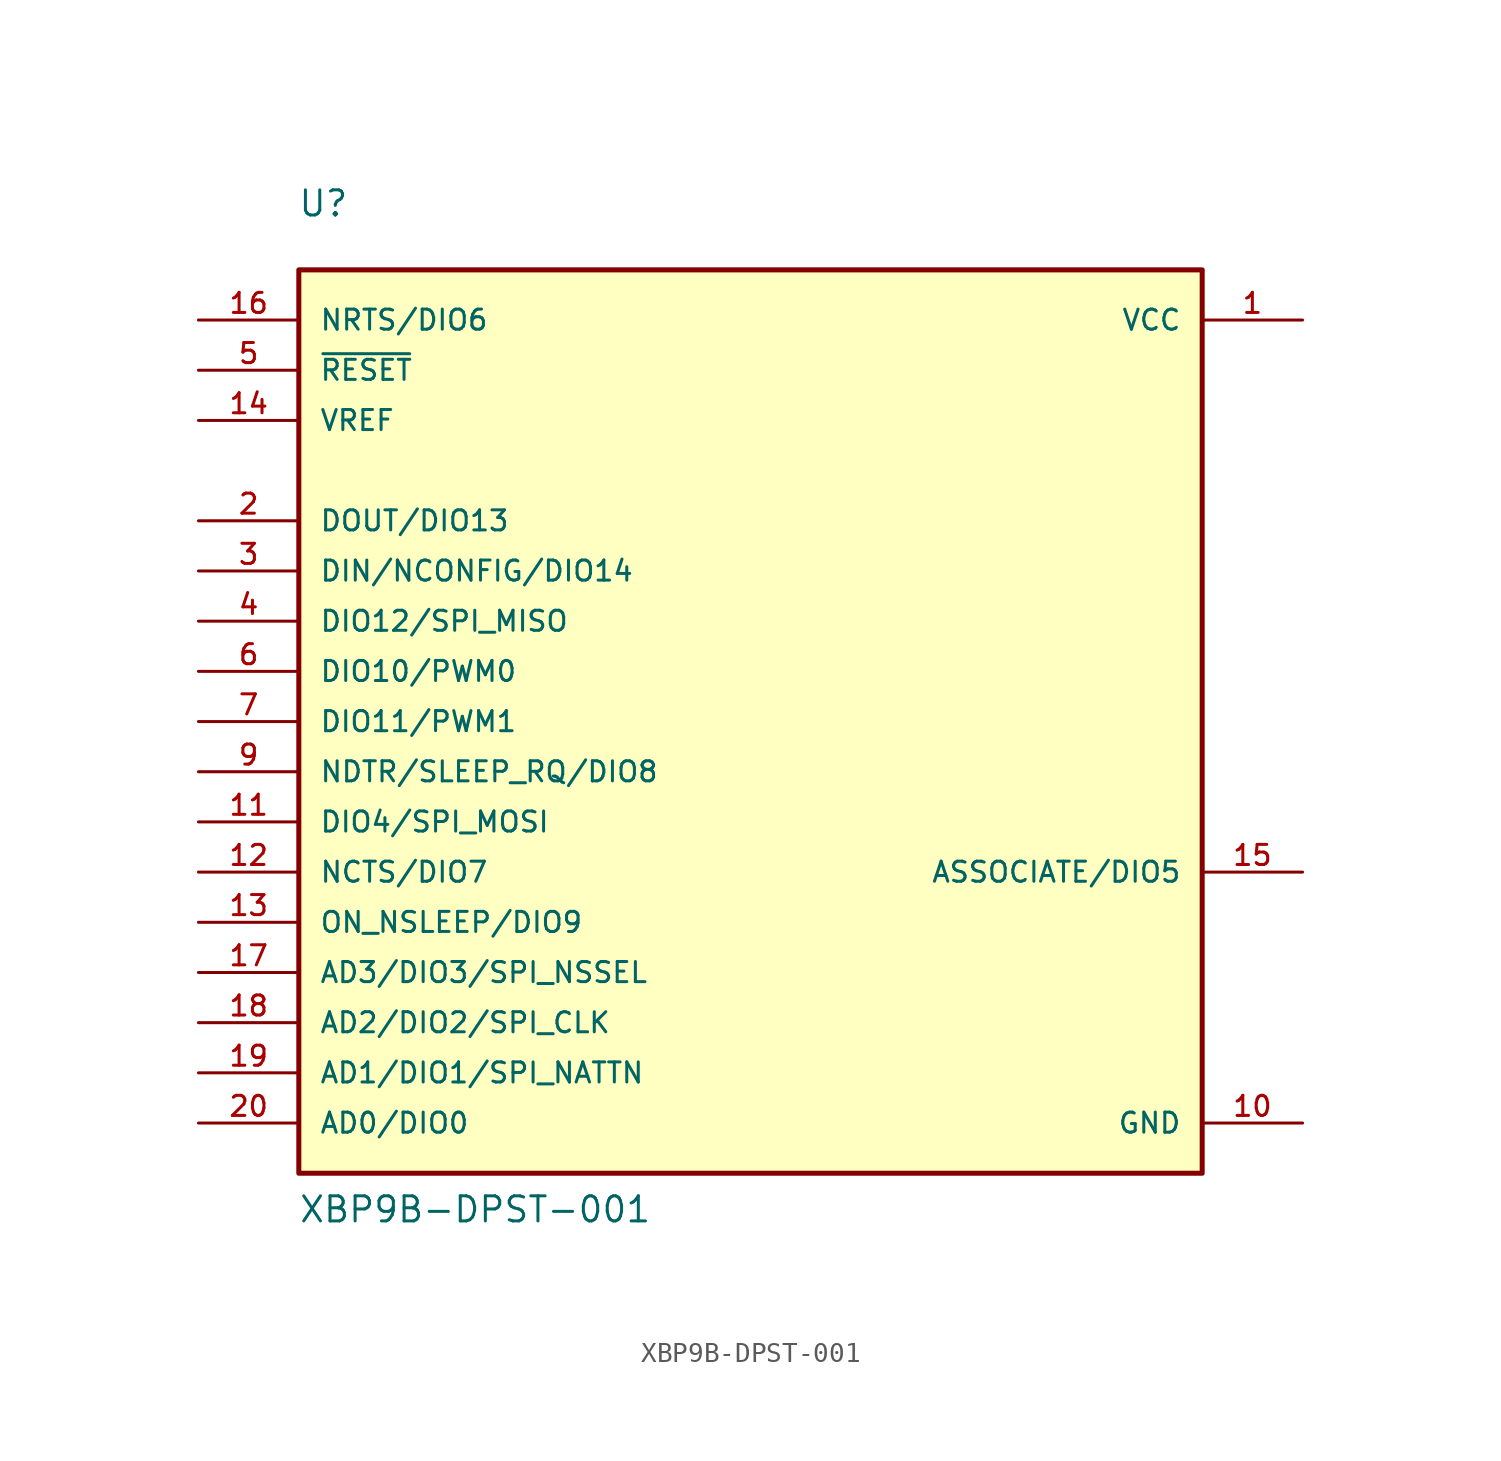
<source format=kicad_sym>
(kicad_symbol_lib
  (version 20211014)
  (generator kicad_symbol_editor)
  (symbol "XBP9B-DPST-001"
    (pin_names
      (offset 1.016))
    (property "Reference" "U"
      (at -22.928 25.476 0)
      (effects (font (size 1.27 1.27)) (justify bottom left)))
    (property "Value" "XBP9B-DPST-001"
      (at -22.893 -25.437 0)
      (effects (font (size 1.27 1.27)) (justify bottom left)))
    (symbol "XBP9B-DPST-001_0_0"
      (rectangle (start -22.86 -22.86) (end 22.86 22.86) (stroke (width 0.254)) (fill (type background)))
      (pin power_in line (at 27.94 20.32 180.0) (length 5.08) (name "VCC" (effects (font (size 1.016 1.016)))) (number "1" (effects (font (size 1.016 1.016)))))
      (pin bidirectional line (at -27.94 10.16 0) (length 5.08) (name "DOUT/DIO13" (effects (font (size 1.016 1.016)))) (number "2" (effects (font (size 1.016 1.016)))))
      (pin bidirectional line (at -27.94 7.62 0) (length 5.08) (name "DIN/NCONFIG/DIO14" (effects (font (size 1.016 1.016)))) (number "3" (effects (font (size 1.016 1.016)))))
      (pin bidirectional line (at -27.94 5.08 0) (length 5.08) (name "DIO12/SPI_MISO" (effects (font (size 1.016 1.016)))) (number "4" (effects (font (size 1.016 1.016)))))
      (pin input line (at -27.94 17.78 0) (length 5.08) (name "~{RESET}" (effects (font (size 1.016 1.016)))) (number "5" (effects (font (size 1.016 1.016)))))
      (pin bidirectional line (at -27.94 2.54 0) (length 5.08) (name "DIO10/PWM0" (effects (font (size 1.016 1.016)))) (number "6" (effects (font (size 1.016 1.016)))))
      (pin bidirectional line (at -27.94 0.0 0) (length 5.08) (name "DIO11/PWM1" (effects (font (size 1.016 1.016)))) (number "7" (effects (font (size 1.016 1.016)))))
      (pin bidirectional line (at -27.94 -2.54 0) (length 5.08) (name "NDTR/SLEEP_RQ/DIO8" (effects (font (size 1.016 1.016)))) (number "9" (effects (font (size 1.016 1.016)))))
      (pin power_in line (at 27.94 -20.32 180.0) (length 5.08) (name "GND" (effects (font (size 1.016 1.016)))) (number "10" (effects (font (size 1.016 1.016)))))
      (pin bidirectional line (at -27.94 -5.08 0) (length 5.08) (name "DIO4/SPI_MOSI" (effects (font (size 1.016 1.016)))) (number "11" (effects (font (size 1.016 1.016)))))
      (pin bidirectional line (at -27.94 -7.62 0) (length 5.08) (name "NCTS/DIO7" (effects (font (size 1.016 1.016)))) (number "12" (effects (font (size 1.016 1.016)))))
      (pin bidirectional line (at -27.94 -10.16 0) (length 5.08) (name "ON_NSLEEP/DIO9" (effects (font (size 1.016 1.016)))) (number "13" (effects (font (size 1.016 1.016)))))
      (pin input line (at -27.94 15.24 0) (length 5.08) (name "VREF" (effects (font (size 1.016 1.016)))) (number "14" (effects (font (size 1.016 1.016)))))
      (pin output line (at 27.94 -7.62 180.0) (length 5.08) (name "ASSOCIATE/DIO5" (effects (font (size 1.016 1.016)))) (number "15" (effects (font (size 1.016 1.016)))))
      (pin input line (at -27.94 20.32 0) (length 5.08) (name "NRTS/DIO6" (effects (font (size 1.016 1.016)))) (number "16" (effects (font (size 1.016 1.016)))))
      (pin bidirectional line (at -27.94 -12.7 0) (length 5.08) (name "AD3/DIO3/SPI_NSSEL" (effects (font (size 1.016 1.016)))) (number "17" (effects (font (size 1.016 1.016)))))
      (pin bidirectional line (at -27.94 -15.24 0) (length 5.08) (name "AD2/DIO2/SPI_CLK" (effects (font (size 1.016 1.016)))) (number "18" (effects (font (size 1.016 1.016)))))
      (pin bidirectional line (at -27.94 -17.78 0) (length 5.08) (name "AD1/DIO1/SPI_NATTN" (effects (font (size 1.016 1.016)))) (number "19" (effects (font (size 1.016 1.016)))))
      (pin bidirectional line (at -27.94 -20.32 0) (length 5.08) (name "AD0/DIO0" (effects (font (size 1.016 1.016)))) (number "20" (effects (font (size 1.016 1.016))))))))
</source>
